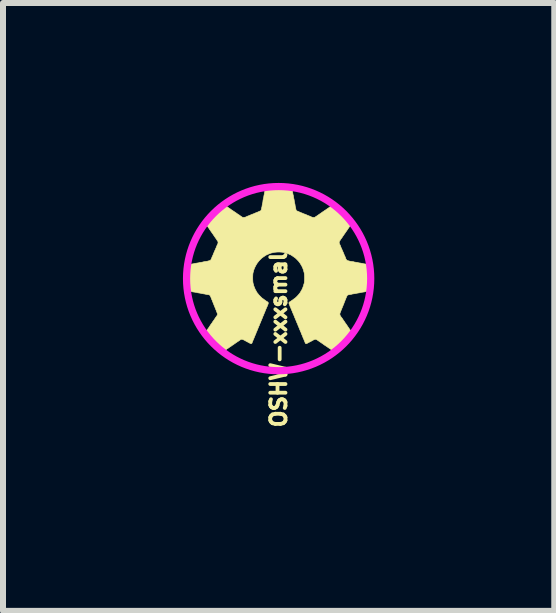
<source format=kicad_pcb>
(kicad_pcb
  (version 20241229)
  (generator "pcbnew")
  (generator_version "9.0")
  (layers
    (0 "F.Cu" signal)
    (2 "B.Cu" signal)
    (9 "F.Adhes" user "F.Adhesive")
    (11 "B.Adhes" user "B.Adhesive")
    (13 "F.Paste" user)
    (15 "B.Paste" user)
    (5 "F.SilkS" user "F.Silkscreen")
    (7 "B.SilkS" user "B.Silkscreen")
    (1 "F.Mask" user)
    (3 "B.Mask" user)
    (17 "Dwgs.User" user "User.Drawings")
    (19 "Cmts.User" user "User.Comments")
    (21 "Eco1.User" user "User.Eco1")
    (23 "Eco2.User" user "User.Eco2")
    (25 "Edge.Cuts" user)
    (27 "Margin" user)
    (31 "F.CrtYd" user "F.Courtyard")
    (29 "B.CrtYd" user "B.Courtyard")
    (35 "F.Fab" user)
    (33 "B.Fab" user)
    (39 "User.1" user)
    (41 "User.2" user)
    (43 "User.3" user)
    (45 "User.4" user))
  (footprint "OSHW-xxxsmall"
    (layer "F.Cu")
    (at 1.596 1.596)
    (property "Reference" "OSHW-xxxsmall" (at 0 0.953 90) (layer "F.SilkS") (effects (font (size 0.254 0.254) (thickness 0.064))))
    (attr through_hole)
    (fp_poly (pts (xy 0.209 -1.551) (xy 0.213 -1.546) (xy 0.216 -1.539) (xy 0.218 -1.53) (xy 0.22 -1.517) (xy 0.221 -1.513) (xy 0.222 -1.5) (xy 0.224 -1.489) (xy 0.226 -1.482) (xy 0.227 -1.48) (xy 0.228 -1.476) (xy 0.23 -1.468) (xy 0.232 -1.455) (xy 0.234 -1.441) (xy 0.234 -1.44) (xy 0.236 -1.425) (xy 0.238 -1.412) (xy 0.24 -1.402) (xy 0.242 -1.397) (xy 0.242 -1.397) (xy 0.243 -1.392) (xy 0.245 -1.383) (xy 0.247 -1.371) (xy 0.248 -1.364) (xy 0.25 -1.351) (xy 0.252 -1.341) (xy 0.253 -1.335) (xy 0.254 -1.334) (xy 0.255 -1.33) (xy 0.257 -1.322) (xy 0.259 -1.31) (xy 0.261 -1.296) (xy 0.261 -1.294) (xy 0.264 -1.28) (xy 0.266 -1.267) (xy 0.268 -1.258) (xy 0.269 -1.254) (xy 0.269 -1.254) (xy 0.27 -1.249) (xy 0.272 -1.241) (xy 0.274 -1.229) (xy 0.275 -1.22) (xy 0.277 -1.207) (xy 0.279 -1.196) (xy 0.281 -1.189) (xy 0.281 -1.187) (xy 0.283 -1.183) (xy 0.285 -1.174) (xy 0.286 -1.165) (xy 0.289 -1.152) (xy 0.293 -1.141) (xy 0.299 -1.132) (xy 0.305 -1.128) (xy 0.306 -1.128) (xy 0.311 -1.127) (xy 0.318 -1.124) (xy 0.323 -1.122) (xy 0.341 -1.114) (xy 0.357 -1.107) (xy 0.369 -1.102) (xy 0.386 -1.095) (xy 0.402 -1.089) (xy 0.414 -1.083) (xy 0.424 -1.079) (xy 0.434 -1.076) (xy 0.437 -1.075) (xy 0.446 -1.072) (xy 0.456 -1.068) (xy 0.457 -1.067) (xy 0.47 -1.061) (xy 0.484 -1.055) (xy 0.496 -1.05) (xy 0.502 -1.048) (xy 0.512 -1.044) (xy 0.527 -1.038) (xy 0.546 -1.029) (xy 0.55 -1.027) (xy 0.562 -1.023) (xy 0.574 -1.021) (xy 0.587 -1.02) (xy 0.599 -1.021) (xy 0.607 -1.024) (xy 0.609 -1.026) (xy 0.613 -1.03) (xy 0.615 -1.031) (xy 0.619 -1.033) (xy 0.626 -1.038) (xy 0.637 -1.045) (xy 0.649 -1.053) (xy 0.663 -1.063) (xy 0.667 -1.066) (xy 0.677 -1.073) (xy 0.687 -1.08) (xy 0.694 -1.084) (xy 0.701 -1.089) (xy 0.711 -1.096) (xy 0.72 -1.103) (xy 0.729 -1.109) (xy 0.736 -1.114) (xy 0.739 -1.116) (xy 0.739 -1.116) (xy 0.742 -1.118) (xy 0.749 -1.122) (xy 0.757 -1.128) (xy 0.766 -1.134) (xy 0.772 -1.139) (xy 0.775 -1.14) (xy 0.778 -1.142) (xy 0.785 -1.146) (xy 0.794 -1.153) (xy 0.797 -1.155) (xy 0.807 -1.162) (xy 0.814 -1.167) (xy 0.819 -1.17) (xy 0.819 -1.17) (xy 0.823 -1.172) (xy 0.829 -1.177) (xy 0.839 -1.183) (xy 0.842 -1.186) (xy 0.851 -1.192) (xy 0.859 -1.198) (xy 0.863 -1.2) (xy 0.864 -1.201) (xy 0.867 -1.202) (xy 0.873 -1.207) (xy 0.881 -1.212) (xy 0.89 -1.219) (xy 0.898 -1.224) (xy 0.902 -1.226) (xy 0.906 -1.229) (xy 0.907 -1.231) (xy 0.909 -1.234) (xy 0.91 -1.234) (xy 0.915 -1.236) (xy 0.921 -1.24) (xy 0.924 -1.241) (xy 0.927 -1.244) (xy 0.931 -1.247) (xy 0.934 -1.248) (xy 0.937 -1.249) (xy 0.942 -1.248) (xy 0.947 -1.246) (xy 0.953 -1.241) (xy 0.961 -1.235) (xy 0.971 -1.226) (xy 0.984 -1.215) (xy 0.998 -1.201) (xy 1.016 -1.183) (xy 1.037 -1.162) (xy 1.062 -1.138) (xy 1.091 -1.109) (xy 1.094 -1.106) (xy 1.122 -1.077) (xy 1.147 -1.053) (xy 1.168 -1.031) (xy 1.186 -1.014) (xy 1.2 -0.999) (xy 1.212 -0.987) (xy 1.221 -0.977) (xy 1.227 -0.97) (xy 1.232 -0.964) (xy 1.235 -0.96) (xy 1.236 -0.957) (xy 1.237 -0.955) (xy 1.235 -0.947) (xy 1.23 -0.937) (xy 1.225 -0.931) (xy 1.219 -0.921) (xy 1.214 -0.914) (xy 1.211 -0.91) (xy 1.207 -0.903) (xy 1.2 -0.893) (xy 1.192 -0.881) (xy 1.182 -0.866) (xy 1.171 -0.852) (xy 1.17 -0.849) (xy 1.163 -0.84) (xy 1.158 -0.832) (xy 1.155 -0.828) (xy 1.155 -0.827) (xy 1.153 -0.824) (xy 1.149 -0.817) (xy 1.142 -0.809) (xy 1.142 -0.808) (xy 1.135 -0.799) (xy 1.13 -0.791) (xy 1.127 -0.786) (xy 1.127 -0.786) (xy 1.124 -0.781) (xy 1.122 -0.78) (xy 1.119 -0.778) (xy 1.119 -0.777) (xy 1.117 -0.772) (xy 1.112 -0.765) (xy 1.106 -0.756) (xy 1.105 -0.755) (xy 1.099 -0.747) (xy 1.094 -0.74) (xy 1.092 -0.736) (xy 1.092 -0.736) (xy 1.09 -0.733) (xy 1.085 -0.726) (xy 1.079 -0.717) (xy 1.076 -0.714) (xy 1.07 -0.704) (xy 1.064 -0.697) (xy 1.062 -0.692) (xy 1.061 -0.691) (xy 1.06 -0.688) (xy 1.055 -0.681) (xy 1.049 -0.673) (xy 1.048 -0.672) (xy 1.041 -0.663) (xy 1.036 -0.656) (xy 1.034 -0.652) (xy 1.034 -0.652) (xy 1.032 -0.649) (xy 1.028 -0.642) (xy 1.022 -0.634) (xy 1.015 -0.623) (xy 1.011 -0.615) (xy 1.01 -0.607) (xy 1.01 -0.603) (xy 1.011 -0.593) (xy 1.013 -0.583) (xy 1.014 -0.581) (xy 1.02 -0.57) (xy 1.027 -0.555) (xy 1.033 -0.541) (xy 1.037 -0.528) (xy 1.038 -0.528) (xy 1.04 -0.52) (xy 1.043 -0.515) (xy 1.043 -0.514) (xy 1.045 -0.511) (xy 1.048 -0.504) (xy 1.049 -0.502) (xy 1.053 -0.493) (xy 1.058 -0.482) (xy 1.059 -0.478) (xy 1.064 -0.467) (xy 1.069 -0.455) (xy 1.071 -0.452) (xy 1.075 -0.442) (xy 1.081 -0.43) (xy 1.082 -0.426) (xy 1.086 -0.418) (xy 1.088 -0.412) (xy 1.089 -0.41) (xy 1.09 -0.406) (xy 1.093 -0.398) (xy 1.094 -0.395) (xy 1.103 -0.377) (xy 1.109 -0.364) (xy 1.113 -0.354) (xy 1.116 -0.346) (xy 1.118 -0.339) (xy 1.119 -0.336) (xy 1.122 -0.329) (xy 1.125 -0.324) (xy 1.126 -0.324) (xy 1.128 -0.321) (xy 1.128 -0.32) (xy 1.131 -0.313) (xy 1.138 -0.307) (xy 1.148 -0.301) (xy 1.159 -0.298) (xy 1.16 -0.298) (xy 1.169 -0.296) (xy 1.176 -0.294) (xy 1.178 -0.293) (xy 1.182 -0.292) (xy 1.191 -0.29) (xy 1.203 -0.288) (xy 1.217 -0.286) (xy 1.219 -0.286) (xy 1.233 -0.284) (xy 1.246 -0.282) (xy 1.255 -0.28) (xy 1.259 -0.278) (xy 1.259 -0.278) (xy 1.264 -0.277) (xy 1.272 -0.275) (xy 1.284 -0.274) (xy 1.293 -0.272) (xy 1.306 -0.271) (xy 1.317 -0.269) (xy 1.324 -0.267) (xy 1.326 -0.266) (xy 1.33 -0.265) (xy 1.339 -0.263) (xy 1.351 -0.261) (xy 1.365 -0.259) (xy 1.367 -0.259) (xy 1.381 -0.256) (xy 1.394 -0.254) (xy 1.403 -0.253) (xy 1.407 -0.251) (xy 1.408 -0.251) (xy 1.412 -0.25) (xy 1.42 -0.248) (xy 1.432 -0.246) (xy 1.439 -0.245) (xy 1.452 -0.243) (xy 1.463 -0.241) (xy 1.469 -0.24) (xy 1.471 -0.239) (xy 1.475 -0.238) (xy 1.484 -0.236) (xy 1.495 -0.234) (xy 1.501 -0.233) (xy 1.518 -0.23) (xy 1.53 -0.228) (xy 1.538 -0.225) (xy 1.541 -0.223) (xy 1.542 -0.22) (xy 1.544 -0.215) (xy 1.545 -0.215) (xy 1.546 -0.212) (xy 1.546 -0.203) (xy 1.547 -0.188) (xy 1.547 -0.167) (xy 1.548 -0.141) (xy 1.548 -0.108) (xy 1.548 -0.07) (xy 1.548 -0.027) (xy 1.548 -0.015) (xy 1.548 0.026) (xy 1.548 0.061) (xy 1.548 0.091) (xy 1.548 0.117) (xy 1.548 0.138) (xy 1.547 0.155) (xy 1.547 0.168) (xy 1.546 0.179) (xy 1.544 0.187) (xy 1.543 0.192) (xy 1.541 0.196) (xy 1.538 0.198) (xy 1.536 0.2) (xy 1.532 0.2) (xy 1.528 0.201) (xy 1.527 0.201) (xy 1.518 0.203) (xy 1.511 0.205) (xy 1.51 0.205) (xy 1.505 0.207) (xy 1.495 0.209) (xy 1.483 0.211) (xy 1.479 0.211) (xy 1.466 0.213) (xy 1.455 0.215) (xy 1.448 0.217) (xy 1.447 0.218) (xy 1.442 0.219) (xy 1.432 0.221) (xy 1.419 0.223) (xy 1.406 0.225) (xy 1.392 0.227) (xy 1.379 0.229) (xy 1.37 0.231) (xy 1.365 0.232) (xy 1.36 0.234) (xy 1.35 0.236) (xy 1.337 0.238) (xy 1.33 0.239) (xy 1.318 0.241) (xy 1.307 0.243) (xy 1.3 0.244) (xy 1.299 0.245) (xy 1.295 0.246) (xy 1.286 0.248) (xy 1.274 0.25) (xy 1.259 0.252) (xy 1.259 0.252) (xy 1.245 0.254) (xy 1.232 0.256) (xy 1.223 0.258) (xy 1.218 0.26) (xy 1.213 0.261) (xy 1.204 0.263) (xy 1.192 0.265) (xy 1.184 0.266) (xy 1.169 0.269) (xy 1.159 0.271) (xy 1.152 0.274) (xy 1.148 0.277) (xy 1.142 0.283) (xy 1.14 0.288) (xy 1.14 0.289) (xy 1.139 0.293) (xy 1.137 0.293) (xy 1.135 0.296) (xy 1.132 0.302) (xy 1.131 0.306) (xy 1.128 0.315) (xy 1.126 0.321) (xy 1.125 0.322) (xy 1.123 0.326) (xy 1.12 0.334) (xy 1.119 0.337) (xy 1.116 0.346) (xy 1.112 0.354) (xy 1.112 0.355) (xy 1.108 0.362) (xy 1.105 0.371) (xy 1.104 0.375) (xy 1.1 0.384) (xy 1.097 0.392) (xy 1.096 0.394) (xy 1.093 0.401) (xy 1.09 0.41) (xy 1.088 0.415) (xy 1.086 0.423) (xy 1.083 0.428) (xy 1.082 0.429) (xy 1.08 0.432) (xy 1.078 0.438) (xy 1.077 0.442) (xy 1.074 0.451) (xy 1.071 0.457) (xy 1.071 0.458) (xy 1.068 0.463) (xy 1.065 0.47) (xy 1.064 0.473) (xy 1.061 0.482) (xy 1.058 0.49) (xy 1.057 0.491) (xy 1.054 0.498) (xy 1.05 0.507) (xy 1.049 0.511) (xy 1.046 0.52) (xy 1.042 0.528) (xy 1.041 0.53) (xy 1.038 0.537) (xy 1.037 0.54) (xy 1.036 0.545) (xy 1.033 0.553) (xy 1.029 0.561) (xy 1.022 0.579) (xy 1.021 0.595) (xy 1.024 0.61) (xy 1.03 0.621) (xy 1.036 0.629) (xy 1.039 0.635) (xy 1.04 0.638) (xy 1.042 0.641) (xy 1.043 0.641) (xy 1.045 0.643) (xy 1.05 0.649) (xy 1.057 0.658) (xy 1.064 0.668) (xy 1.071 0.679) (xy 1.075 0.686) (xy 1.078 0.69) (xy 1.084 0.698) (xy 1.091 0.708) (xy 1.091 0.708) (xy 1.097 0.717) (xy 1.102 0.723) (xy 1.104 0.727) (xy 1.104 0.727) (xy 1.105 0.73) (xy 1.11 0.737) (xy 1.117 0.746) (xy 1.122 0.753) (xy 1.129 0.764) (xy 1.136 0.772) (xy 1.139 0.778) (xy 1.14 0.779) (xy 1.142 0.782) (xy 1.146 0.789) (xy 1.151 0.795) (xy 1.156 0.803) (xy 1.16 0.81) (xy 1.161 0.813) (xy 1.164 0.816) (xy 1.166 0.817) (xy 1.17 0.821) (xy 1.17 0.823) (xy 1.172 0.827) (xy 1.177 0.834) (xy 1.183 0.843) (xy 1.184 0.844) (xy 1.19 0.853) (xy 1.195 0.859) (xy 1.197 0.863) (xy 1.197 0.863) (xy 1.199 0.867) (xy 1.203 0.873) (xy 1.209 0.881) (xy 1.221 0.898) (xy 1.23 0.912) (xy 1.235 0.922) (xy 1.237 0.928) (xy 1.237 0.929) (xy 1.235 0.932) (xy 1.232 0.937) (xy 1.225 0.945) (xy 1.215 0.955) (xy 1.202 0.969) (xy 1.185 0.986) (xy 1.165 1.007) (xy 1.141 1.031) (xy 1.113 1.06) (xy 1.094 1.079) (xy 1.065 1.108) (xy 1.04 1.133) (xy 1.018 1.154) (xy 1 1.172) (xy 0.985 1.187) (xy 0.972 1.198) (xy 0.962 1.207) (xy 0.953 1.214) (xy 0.946 1.218) (xy 0.94 1.22) (xy 0.935 1.221) (xy 0.931 1.22) (xy 0.927 1.218) (xy 0.922 1.215) (xy 0.917 1.211) (xy 0.913 1.208) (xy 0.903 1.201) (xy 0.895 1.196) (xy 0.889 1.192) (xy 0.889 1.192) (xy 0.884 1.189) (xy 0.877 1.184) (xy 0.868 1.177) (xy 0.867 1.177) (xy 0.859 1.171) (xy 0.852 1.166) (xy 0.849 1.164) (xy 0.849 1.164) (xy 0.846 1.162) (xy 0.839 1.158) (xy 0.829 1.151) (xy 0.816 1.142) (xy 0.807 1.136) (xy 0.793 1.126) (xy 0.78 1.118) (xy 0.77 1.111) (xy 0.763 1.107) (xy 0.761 1.106) (xy 0.757 1.103) (xy 0.756 1.101) (xy 0.754 1.098) (xy 0.752 1.097) (xy 0.748 1.096) (xy 0.741 1.091) (xy 0.738 1.088) (xy 0.731 1.083) (xy 0.725 1.08) (xy 0.723 1.079) (xy 0.72 1.077) (xy 0.72 1.076) (xy 0.717 1.073) (xy 0.714 1.071) (xy 0.711 1.07) (xy 0.707 1.067) (xy 0.701 1.063) (xy 0.692 1.057) (xy 0.679 1.048) (xy 0.663 1.037) (xy 0.653 1.03) (xy 0.638 1.02) (xy 0.627 1.014) (xy 0.616 1.011) (xy 0.606 1.012) (xy 0.594 1.016) (xy 0.585 1.021) (xy 0.574 1.026) (xy 0.565 1.031) (xy 0.56 1.033) (xy 0.559 1.034) (xy 0.557 1.036) (xy 0.55 1.04) (xy 0.54 1.045) (xy 0.525 1.053) (xy 0.507 1.062) (xy 0.494 1.069) (xy 0.483 1.075) (xy 0.474 1.08) (xy 0.47 1.082) (xy 0.462 1.084) (xy 0.453 1.083) (xy 0.447 1.079) (xy 0.446 1.077) (xy 0.443 1.07) (xy 0.44 1.063) (xy 0.437 1.054) (xy 0.432 1.044) (xy 0.431 1.04) (xy 0.426 1.028) (xy 0.421 1.015) (xy 0.415 1.001) (xy 0.412 0.995) (xy 0.407 0.984) (xy 0.403 0.973) (xy 0.402 0.97) (xy 0.393 0.947) (xy 0.384 0.928) (xy 0.38 0.918) (xy 0.376 0.907) (xy 0.375 0.903) (xy 0.372 0.895) (xy 0.37 0.89) (xy 0.369 0.889) (xy 0.367 0.886) (xy 0.364 0.88) (xy 0.363 0.876) (xy 0.36 0.867) (xy 0.356 0.859) (xy 0.355 0.857) (xy 0.352 0.851) (xy 0.351 0.847) (xy 0.35 0.843) (xy 0.346 0.835) (xy 0.342 0.824) (xy 0.342 0.824) (xy 0.337 0.813) (xy 0.334 0.805) (xy 0.333 0.8) (xy 0.333 0.8) (xy 0.331 0.795) (xy 0.33 0.794) (xy 0.327 0.79) (xy 0.324 0.783) (xy 0.323 0.781) (xy 0.322 0.775) (xy 0.32 0.77) (xy 0.317 0.763) (xy 0.313 0.753) (xy 0.307 0.74) (xy 0.303 0.732) (xy 0.299 0.722) (xy 0.296 0.713) (xy 0.295 0.71) (xy 0.292 0.703) (xy 0.287 0.693) (xy 0.287 0.692) (xy 0.283 0.685) (xy 0.281 0.679) (xy 0.281 0.679) (xy 0.28 0.674) (xy 0.277 0.667) (xy 0.274 0.661) (xy 0.269 0.651) (xy 0.267 0.644) (xy 0.266 0.641) (xy 0.264 0.635) (xy 0.262 0.63) (xy 0.258 0.622) (xy 0.256 0.617) (xy 0.253 0.609) (xy 0.248 0.598) (xy 0.243 0.585) (xy 0.237 0.573) (xy 0.234 0.567) (xy 0.231 0.56) (xy 0.23 0.556) (xy 0.23 0.556) (xy 0.229 0.552) (xy 0.226 0.544) (xy 0.223 0.537) (xy 0.218 0.527) (xy 0.215 0.518) (xy 0.213 0.514) (xy 0.21 0.505) (xy 0.207 0.5) (xy 0.204 0.494) (xy 0.201 0.484) (xy 0.2 0.481) (xy 0.197 0.474) (xy 0.194 0.469) (xy 0.194 0.468) (xy 0.192 0.466) (xy 0.189 0.459) (xy 0.188 0.454) (xy 0.184 0.443) (xy 0.179 0.432) (xy 0.178 0.429) (xy 0.174 0.419) (xy 0.172 0.408) (xy 0.172 0.408) (xy 0.173 0.399) (xy 0.177 0.393) (xy 0.183 0.389) (xy 0.19 0.384) (xy 0.195 0.381) (xy 0.196 0.381) (xy 0.2 0.379) (xy 0.207 0.374) (xy 0.214 0.369) (xy 0.222 0.362) (xy 0.229 0.358) (xy 0.231 0.357) (xy 0.234 0.355) (xy 0.241 0.35) (xy 0.25 0.344) (xy 0.252 0.341) (xy 0.262 0.334) (xy 0.269 0.329) (xy 0.273 0.327) (xy 0.273 0.326) (xy 0.276 0.324) (xy 0.282 0.319) (xy 0.29 0.311) (xy 0.3 0.302) (xy 0.31 0.292) (xy 0.319 0.282) (xy 0.327 0.273) (xy 0.333 0.267) (xy 0.336 0.264) (xy 0.336 0.264) (xy 0.337 0.261) (xy 0.342 0.255) (xy 0.347 0.248) (xy 0.354 0.24) (xy 0.36 0.232) (xy 0.366 0.222) (xy 0.373 0.209) (xy 0.377 0.202) (xy 0.381 0.195) (xy 0.384 0.191) (xy 0.384 0.19) (xy 0.387 0.186) (xy 0.391 0.178) (xy 0.395 0.168) (xy 0.4 0.157) (xy 0.404 0.148) (xy 0.405 0.143) (xy 0.408 0.135) (xy 0.411 0.129) (xy 0.411 0.128) (xy 0.413 0.124) (xy 0.415 0.116) (xy 0.417 0.107) (xy 0.42 0.097) (xy 0.422 0.089) (xy 0.423 0.086) (xy 0.426 0.08) (xy 0.428 0.068) (xy 0.43 0.053) (xy 0.431 0.034) (xy 0.432 0.014) (xy 0.432 -0.008) (xy 0.432 -0.03) (xy 0.431 -0.051) (xy 0.43 -0.07) (xy 0.428 -0.086) (xy 0.426 -0.099) (xy 0.424 -0.106) (xy 0.423 -0.108) (xy 0.421 -0.112) (xy 0.42 -0.12) (xy 0.419 -0.124) (xy 0.417 -0.135) (xy 0.413 -0.145) (xy 0.413 -0.147) (xy 0.409 -0.156) (xy 0.405 -0.166) (xy 0.404 -0.17) (xy 0.4 -0.181) (xy 0.393 -0.195) (xy 0.386 -0.21) (xy 0.378 -0.223) (xy 0.372 -0.233) (xy 0.372 -0.233) (xy 0.368 -0.24) (xy 0.366 -0.244) (xy 0.366 -0.244) (xy 0.364 -0.248) (xy 0.359 -0.255) (xy 0.353 -0.263) (xy 0.351 -0.266) (xy 0.344 -0.275) (xy 0.338 -0.282) (xy 0.336 -0.286) (xy 0.336 -0.286) (xy 0.334 -0.289) (xy 0.328 -0.295) (xy 0.32 -0.303) (xy 0.311 -0.313) (xy 0.301 -0.323) (xy 0.291 -0.332) (xy 0.283 -0.34) (xy 0.277 -0.346) (xy 0.274 -0.348) (xy 0.274 -0.348) (xy 0.271 -0.35) (xy 0.264 -0.354) (xy 0.256 -0.36) (xy 0.247 -0.367) (xy 0.239 -0.373) (xy 0.234 -0.375) (xy 0.228 -0.379) (xy 0.227 -0.381) (xy 0.224 -0.384) (xy 0.223 -0.384) (xy 0.218 -0.386) (xy 0.211 -0.39) (xy 0.209 -0.392) (xy 0.2 -0.397) (xy 0.188 -0.402) (xy 0.186 -0.403) (xy 0.178 -0.405) (xy 0.173 -0.408) (xy 0.172 -0.409) (xy 0.17 -0.411) (xy 0.164 -0.413) (xy 0.156 -0.415) (xy 0.146 -0.419) (xy 0.144 -0.42) (xy 0.134 -0.424) (xy 0.122 -0.427) (xy 0.11 -0.43) (xy 0.099 -0.432) (xy 0.091 -0.434) (xy 0.086 -0.436) (xy 0.086 -0.436) (xy 0.082 -0.437) (xy 0.073 -0.439) (xy 0.061 -0.44) (xy 0.046 -0.442) (xy 0.041 -0.442) (xy 0.017 -0.444) (xy -0.004 -0.444) (xy -0.027 -0.443) (xy -0.041 -0.442) (xy -0.057 -0.44) (xy -0.07 -0.439) (xy -0.08 -0.437) (xy -0.085 -0.436) (xy -0.086 -0.436) (xy -0.09 -0.434) (xy -0.099 -0.432) (xy -0.11 -0.43) (xy -0.11 -0.43) (xy -0.122 -0.427) (xy -0.132 -0.425) (xy -0.138 -0.422) (xy -0.144 -0.419) (xy -0.154 -0.416) (xy -0.158 -0.415) (xy -0.166 -0.412) (xy -0.171 -0.409) (xy -0.172 -0.408) (xy -0.175 -0.406) (xy -0.182 -0.404) (xy -0.186 -0.402) (xy -0.197 -0.398) (xy -0.207 -0.393) (xy -0.209 -0.391) (xy -0.216 -0.387) (xy -0.222 -0.384) (xy -0.223 -0.384) (xy -0.226 -0.382) (xy -0.227 -0.381) (xy -0.229 -0.378) (xy -0.235 -0.375) (xy -0.241 -0.371) (xy -0.25 -0.365) (xy -0.257 -0.36) (xy -0.265 -0.354) (xy -0.271 -0.349) (xy -0.274 -0.348) (xy -0.277 -0.346) (xy -0.283 -0.34) (xy -0.291 -0.333) (xy -0.301 -0.323) (xy -0.311 -0.313) (xy -0.32 -0.303) (xy -0.328 -0.295) (xy -0.334 -0.289) (xy -0.336 -0.286) (xy -0.336 -0.286) (xy -0.337 -0.283) (xy -0.342 -0.277) (xy -0.349 -0.268) (xy -0.351 -0.266) (xy -0.358 -0.256) (xy -0.363 -0.249) (xy -0.366 -0.244) (xy -0.366 -0.243) (xy -0.368 -0.238) (xy -0.37 -0.237) (xy -0.372 -0.233) (xy -0.377 -0.225) (xy -0.383 -0.215) (xy -0.389 -0.202) (xy -0.395 -0.19) (xy -0.401 -0.178) (xy -0.405 -0.168) (xy -0.405 -0.167) (xy -0.409 -0.156) (xy -0.413 -0.147) (xy -0.413 -0.147) (xy -0.416 -0.138) (xy -0.418 -0.127) (xy -0.419 -0.124) (xy -0.421 -0.115) (xy -0.423 -0.109) (xy -0.423 -0.108) (xy -0.426 -0.101) (xy -0.428 -0.09) (xy -0.43 -0.074) (xy -0.431 -0.056) (xy -0.432 -0.035) (xy -0.432 -0.014) (xy -0.432 0.008) (xy -0.431 0.029) (xy -0.43 0.048) (xy -0.428 0.065) (xy -0.426 0.077) (xy -0.424 0.085) (xy -0.423 0.086) (xy -0.422 0.09) (xy -0.419 0.099) (xy -0.417 0.107) (xy -0.415 0.117) (xy -0.413 0.125) (xy -0.411 0.128) (xy -0.409 0.133) (xy -0.406 0.141) (xy -0.405 0.143) (xy -0.402 0.151) (xy -0.398 0.162) (xy -0.393 0.172) (xy -0.389 0.182) (xy -0.385 0.189) (xy -0.384 0.19) (xy -0.382 0.194) (xy -0.378 0.2) (xy -0.377 0.202) (xy -0.369 0.217) (xy -0.363 0.228) (xy -0.357 0.236) (xy -0.351 0.245) (xy -0.347 0.248) (xy -0.341 0.256) (xy -0.337 0.262) (xy -0.336 0.264) (xy -0.334 0.267) (xy -0.328 0.272) (xy -0.32 0.281) (xy -0.311 0.29) (xy -0.301 0.3) (xy -0.291 0.31) (xy -0.283 0.318) (xy -0.277 0.324) (xy -0.274 0.326) (xy -0.273 0.326) (xy -0.271 0.328) (xy -0.264 0.333) (xy -0.255 0.339) (xy -0.252 0.341) (xy -0.243 0.348) (xy -0.236 0.354) (xy -0.232 0.356) (xy -0.231 0.357) (xy -0.228 0.358) (xy -0.222 0.363) (xy -0.214 0.369) (xy -0.206 0.375) (xy -0.199 0.379) (xy -0.196 0.381) (xy -0.192 0.383) (xy -0.185 0.387) (xy -0.183 0.389) (xy -0.176 0.395) (xy -0.173 0.402) (xy -0.172 0.408) (xy -0.174 0.418) (xy -0.177 0.428) (xy -0.178 0.429) (xy -0.182 0.439) (xy -0.187 0.45) (xy -0.188 0.453) (xy -0.19 0.462) (xy -0.193 0.467) (xy -0.194 0.468) (xy -0.196 0.472) (xy -0.199 0.479) (xy -0.199 0.481) (xy -0.205 0.494) (xy -0.212 0.51) (xy -0.219 0.527) (xy -0.223 0.537) (xy -0.227 0.547) (xy -0.227 0.547) (xy -0.231 0.557) (xy -0.234 0.567) (xy -0.235 0.567) (xy -0.238 0.575) (xy -0.243 0.585) (xy -0.246 0.593) (xy -0.25 0.602) (xy -0.253 0.61) (xy -0.254 0.613) (xy -0.255 0.617) (xy -0.259 0.624) (xy -0.262 0.63) (xy -0.266 0.639) (xy -0.268 0.647) (xy -0.269 0.65) (xy -0.271 0.656) (xy -0.273 0.661) (xy -0.277 0.667) (xy -0.281 0.677) (xy -0.281 0.679) (xy -0.285 0.688) (xy -0.288 0.696) (xy -0.289 0.697) (xy -0.293 0.705) (xy -0.295 0.71) (xy -0.297 0.718) (xy -0.301 0.727) (xy -0.303 0.732) (xy -0.31 0.747) (xy -0.315 0.758) (xy -0.318 0.766) (xy -0.321 0.772) (xy -0.322 0.778) (xy -0.323 0.781) (xy -0.326 0.788) (xy -0.329 0.793) (xy -0.33 0.794) (xy -0.332 0.798) (xy -0.333 0.8) (xy -0.334 0.804) (xy -0.337 0.813) (xy -0.341 0.823) (xy -0.342 0.824) (xy -0.346 0.834) (xy -0.349 0.842) (xy -0.351 0.847) (xy -0.351 0.847) (xy -0.352 0.853) (xy -0.355 0.857) (xy -0.358 0.864) (xy -0.362 0.873) (xy -0.363 0.876) (xy -0.366 0.884) (xy -0.368 0.888) (xy -0.369 0.889) (xy -0.371 0.891) (xy -0.373 0.898) (xy -0.375 0.903) (xy -0.378 0.914) (xy -0.383 0.925) (xy -0.384 0.928) (xy -0.395 0.953) (xy -0.402 0.97) (xy -0.406 0.98) (xy -0.41 0.991) (xy -0.412 0.995) (xy -0.419 1.01) (xy -0.424 1.023) (xy -0.429 1.035) (xy -0.431 1.04) (xy -0.435 1.05) (xy -0.439 1.06) (xy -0.44 1.063) (xy -0.443 1.071) (xy -0.446 1.077) (xy -0.45 1.081) (xy -0.457 1.084) (xy -0.466 1.083) (xy -0.47 1.082) (xy -0.476 1.079) (xy -0.485 1.074) (xy -0.497 1.068) (xy -0.505 1.063) (xy -0.525 1.053) (xy -0.539 1.045) (xy -0.549 1.04) (xy -0.556 1.036) (xy -0.559 1.034) (xy -0.559 1.034) (xy -0.563 1.032) (xy -0.57 1.028) (xy -0.58 1.023) (xy -0.585 1.021) (xy -0.6 1.014) (xy -0.612 1.011) (xy -0.623 1.012) (xy -0.635 1.017) (xy -0.647 1.026) (xy -0.657 1.033) (xy -0.666 1.04) (xy -0.672 1.043) (xy -0.678 1.047) (xy -0.687 1.053) (xy -0.694 1.058) (xy -0.703 1.064) (xy -0.71 1.069) (xy -0.714 1.071) (xy -0.719 1.074) (xy -0.72 1.076) (xy -0.722 1.079) (xy -0.723 1.079) (xy -0.728 1.081) (xy -0.735 1.086) (xy -0.738 1.088) (xy -0.745 1.094) (xy -0.751 1.097) (xy -0.752 1.097) (xy -0.756 1.099) (xy -0.756 1.101) (xy -0.758 1.104) (xy -0.763 1.106) (xy -0.769 1.109) (xy -0.777 1.115) (xy -0.785 1.121) (xy -0.794 1.128) (xy -0.8 1.132) (xy -0.803 1.134) (xy -0.806 1.135) (xy -0.813 1.14) (xy -0.822 1.146) (xy -0.826 1.149) (xy -0.835 1.156) (xy -0.843 1.161) (xy -0.848 1.164) (xy -0.848 1.164) (xy -0.851 1.166) (xy -0.858 1.17) (xy -0.866 1.176) (xy -0.867 1.177) (xy -0.876 1.184) (xy -0.884 1.189) (xy -0.889 1.192) (xy -0.889 1.192) (xy -0.894 1.195) (xy -0.901 1.2) (xy -0.911 1.207) (xy -0.913 1.208) (xy -0.919 1.212) (xy -0.923 1.216) (xy -0.928 1.219) (xy -0.932 1.22) (xy -0.937 1.221) (xy -0.942 1.22) (xy -0.948 1.217) (xy -0.956 1.212) (xy -0.965 1.205) (xy -0.976 1.195) (xy -0.989 1.182) (xy -1.005 1.167) (xy -1.025 1.148) (xy -1.047 1.125) (xy -1.073 1.099) (xy -1.094 1.079) (xy -1.125 1.048) (xy -1.151 1.021) (xy -1.174 0.998) (xy -1.192 0.979) (xy -1.208 0.963) (xy -1.219 0.951) (xy -1.228 0.941) (xy -1.234 0.934) (xy -1.236 0.93) (xy -1.237 0.929) (xy -1.235 0.922) (xy -1.23 0.912) (xy -1.222 0.899) (xy -1.21 0.882) (xy -1.209 0.881) (xy -1.203 0.873) (xy -1.199 0.866) (xy -1.197 0.863) (xy -1.196 0.86) (xy -1.191 0.853) (xy -1.185 0.845) (xy -1.184 0.844) (xy -1.178 0.835) (xy -1.172 0.827) (xy -1.169 0.822) (xy -1.169 0.822) (xy -1.166 0.817) (xy -1.164 0.816) (xy -1.161 0.814) (xy -1.161 0.813) (xy -1.159 0.809) (xy -1.155 0.802) (xy -1.151 0.795) (xy -1.145 0.787) (xy -1.141 0.781) (xy -1.14 0.779) (xy -1.138 0.776) (xy -1.134 0.769) (xy -1.127 0.76) (xy -1.122 0.753) (xy -1.114 0.743) (xy -1.108 0.734) (xy -1.104 0.729) (xy -1.104 0.727) (xy -1.102 0.724) (xy -1.098 0.717) (xy -1.091 0.708) (xy -1.091 0.708) (xy -1.084 0.698) (xy -1.078 0.69) (xy -1.075 0.686) (xy -1.075 0.686) (xy -1.068 0.675) (xy -1.059 0.661) (xy -1.049 0.646) (xy -1.039 0.633) (xy -1.035 0.627) (xy -1.026 0.614) (xy -1.021 0.603) (xy -1.02 0.592) (xy -1.022 0.58) (xy -1.028 0.565) (xy -1.03 0.56) (xy -1.034 0.551) (xy -1.037 0.543) (xy -1.037 0.54) (xy -1.039 0.535) (xy -1.041 0.53) (xy -1.044 0.524) (xy -1.048 0.515) (xy -1.049 0.511) (xy -1.053 0.501) (xy -1.056 0.493) (xy -1.057 0.491) (xy -1.06 0.484) (xy -1.064 0.475) (xy -1.064 0.473) (xy -1.067 0.465) (xy -1.07 0.459) (xy -1.071 0.458) (xy -1.073 0.453) (xy -1.076 0.445) (xy -1.077 0.442) (xy -1.079 0.434) (xy -1.082 0.43) (xy -1.082 0.429) (xy -1.084 0.427) (xy -1.087 0.42) (xy -1.088 0.415) (xy -1.091 0.405) (xy -1.095 0.397) (xy -1.096 0.394) (xy -1.099 0.388) (xy -1.102 0.378) (xy -1.104 0.375) (xy -1.107 0.365) (xy -1.11 0.357) (xy -1.112 0.355) (xy -1.115 0.348) (xy -1.118 0.339) (xy -1.119 0.337) (xy -1.122 0.329) (xy -1.124 0.323) (xy -1.125 0.322) (xy -1.127 0.317) (xy -1.13 0.309) (xy -1.131 0.306) (xy -1.134 0.298) (xy -1.137 0.294) (xy -1.137 0.293) (xy -1.14 0.291) (xy -1.14 0.289) (xy -1.142 0.284) (xy -1.147 0.278) (xy -1.148 0.277) (xy -1.153 0.273) (xy -1.16 0.27) (xy -1.17 0.268) (xy -1.184 0.266) (xy -1.185 0.266) (xy -1.198 0.264) (xy -1.208 0.262) (xy -1.215 0.261) (xy -1.217 0.26) (xy -1.221 0.259) (xy -1.23 0.257) (xy -1.242 0.255) (xy -1.257 0.253) (xy -1.258 0.252) (xy -1.273 0.25) (xy -1.285 0.248) (xy -1.294 0.246) (xy -1.299 0.245) (xy -1.299 0.245) (xy -1.303 0.243) (xy -1.312 0.242) (xy -1.323 0.24) (xy -1.33 0.239) (xy -1.343 0.237) (xy -1.354 0.235) (xy -1.361 0.233) (xy -1.362 0.233) (xy -1.366 0.231) (xy -1.375 0.23) (xy -1.387 0.228) (xy -1.402 0.225) (xy -1.405 0.225) (xy -1.419 0.223) (xy -1.432 0.221) (xy -1.442 0.219) (xy -1.447 0.218) (xy -1.447 0.217) (xy -1.451 0.216) (xy -1.46 0.214) (xy -1.471 0.212) (xy -1.477 0.212) (xy -1.49 0.21) (xy -1.501 0.208) (xy -1.509 0.206) (xy -1.51 0.205) (xy -1.518 0.203) (xy -1.527 0.201) (xy -1.527 0.201) (xy -1.531 0.2) (xy -1.535 0.2) (xy -1.538 0.199) (xy -1.54 0.197) (xy -1.542 0.193) (xy -1.544 0.188) (xy -1.545 0.181) (xy -1.546 0.171) (xy -1.547 0.158) (xy -1.548 0.142) (xy -1.548 0.122) (xy -1.548 0.097) (xy -1.548 0.068) (xy -1.548 0.034) (xy -1.548 -0.006) (xy -1.548 -0.015) (xy -1.548 -0.06) (xy -1.548 -0.099) (xy -1.548 -0.133) (xy -1.547 -0.161) (xy -1.547 -0.183) (xy -1.547 -0.2) (xy -1.546 -0.21) (xy -1.545 -0.215) (xy -1.545 -0.215) (xy -1.542 -0.217) (xy -1.542 -0.22) (xy -1.541 -0.223) (xy -1.537 -0.226) (xy -1.529 -0.228) (xy -1.516 -0.231) (xy -1.501 -0.233) (xy -1.489 -0.235) (xy -1.479 -0.237) (xy -1.472 -0.238) (xy -1.471 -0.239) (xy -1.467 -0.24) (xy -1.458 -0.242) (xy -1.447 -0.244) (xy -1.439 -0.245) (xy -1.427 -0.247) (xy -1.416 -0.249) (xy -1.409 -0.25) (xy -1.408 -0.251) (xy -1.404 -0.252) (xy -1.395 -0.254) (xy -1.383 -0.256) (xy -1.368 -0.258) (xy -1.365 -0.259) (xy -1.35 -0.261) (xy -1.338 -0.263) (xy -1.328 -0.265) (xy -1.323 -0.266) (xy -1.323 -0.266) (xy -1.319 -0.268) (xy -1.31 -0.27) (xy -1.298 -0.271) (xy -1.291 -0.272) (xy -1.278 -0.274) (xy -1.268 -0.276) (xy -1.261 -0.278) (xy -1.259 -0.278) (xy -1.255 -0.28) (xy -1.247 -0.281) (xy -1.234 -0.284) (xy -1.22 -0.286) (xy -1.219 -0.286) (xy -1.204 -0.288) (xy -1.191 -0.29) (xy -1.182 -0.292) (xy -1.178 -0.293) (xy -1.178 -0.293) (xy -1.173 -0.295) (xy -1.165 -0.297) (xy -1.16 -0.298) (xy -1.149 -0.301) (xy -1.139 -0.306) (xy -1.131 -0.312) (xy -1.128 -0.319) (xy -1.128 -0.32) (xy -1.126 -0.323) (xy -1.126 -0.324) (xy -1.123 -0.326) (xy -1.121 -0.333) (xy -1.119 -0.336) (xy -1.117 -0.343) (xy -1.114 -0.35) (xy -1.111 -0.359) (xy -1.105 -0.371) (xy -1.098 -0.387) (xy -1.094 -0.395) (xy -1.091 -0.403) (xy -1.089 -0.409) (xy -1.089 -0.41) (xy -1.087 -0.414) (xy -1.084 -0.421) (xy -1.082 -0.426) (xy -1.077 -0.437) (xy -1.072 -0.449) (xy -1.071 -0.452) (xy -1.066 -0.463) (xy -1.061 -0.475) (xy -1.059 -0.478) (xy -1.054 -0.489) (xy -1.05 -0.499) (xy -1.049 -0.502) (xy -1.046 -0.509) (xy -1.044 -0.514) (xy -1.043 -0.514) (xy -1.041 -0.518) (xy -1.039 -0.525) (xy -1.038 -0.528) (xy -1.033 -0.54) (xy -1.027 -0.555) (xy -1.02 -0.569) (xy -1.014 -0.581) (xy -1.014 -0.581) (xy -1.012 -0.589) (xy -1.01 -0.6) (xy -1.01 -0.603) (xy -1.011 -0.612) (xy -1.013 -0.62) (xy -1.019 -0.629) (xy -1.022 -0.634) (xy -1.028 -0.642) (xy -1.033 -0.649) (xy -1.034 -0.652) (xy -1.036 -0.656) (xy -1.04 -0.662) (xy -1.047 -0.671) (xy -1.048 -0.672) (xy -1.054 -0.681) (xy -1.059 -0.687) (xy -1.061 -0.691) (xy -1.061 -0.691) (xy -1.063 -0.695) (xy -1.068 -0.701) (xy -1.074 -0.71) (xy -1.076 -0.714) (xy -1.083 -0.723) (xy -1.089 -0.731) (xy -1.091 -0.736) (xy -1.092 -0.736) (xy -1.093 -0.739) (xy -1.098 -0.746) (xy -1.104 -0.754) (xy -1.105 -0.755) (xy -1.112 -0.764) (xy -1.117 -0.772) (xy -1.119 -0.776) (xy -1.119 -0.777) (xy -1.121 -0.78) (xy -1.122 -0.78) (xy -1.125 -0.783) (xy -1.127 -0.786) (xy -1.13 -0.791) (xy -1.135 -0.799) (xy -1.142 -0.808) (xy -1.142 -0.808) (xy -1.148 -0.817) (xy -1.153 -0.824) (xy -1.155 -0.827) (xy -1.155 -0.827) (xy -1.157 -0.831) (xy -1.161 -0.837) (xy -1.168 -0.847) (xy -1.17 -0.85) (xy -1.177 -0.86) (xy -1.182 -0.867) (xy -1.185 -0.872) (xy -1.185 -0.872) (xy -1.187 -0.875) (xy -1.192 -0.882) (xy -1.198 -0.891) (xy -1.199 -0.892) (xy -1.206 -0.901) (xy -1.21 -0.908) (xy -1.213 -0.912) (xy -1.213 -0.912) (xy -1.214 -0.915) (xy -1.219 -0.922) (xy -1.225 -0.93) (xy -1.232 -0.941) (xy -1.236 -0.951) (xy -1.237 -0.955) (xy -1.236 -0.957) (xy -1.234 -0.96) (xy -1.231 -0.965) (xy -1.226 -0.971) (xy -1.219 -0.979) (xy -1.21 -0.989) (xy -1.197 -1.002) (xy -1.182 -1.017) (xy -1.164 -1.036) (xy -1.142 -1.058) (xy -1.117 -1.083) (xy -1.094 -1.106) (xy -1.064 -1.135) (xy -1.039 -1.16) (xy -1.018 -1.181) (xy -1 -1.199) (xy -0.985 -1.214) (xy -0.972 -1.225) (xy -0.962 -1.234) (xy -0.954 -1.241) (xy -0.947 -1.246) (xy -0.942 -1.248) (xy -0.938 -1.249) (xy -0.935 -1.249) (xy -0.931 -1.248) (xy -0.928 -1.245) (xy -0.925 -1.243) (xy -0.919 -1.239) (xy -0.914 -1.237) (xy -0.91 -1.235) (xy -0.907 -1.231) (xy -0.903 -1.226) (xy -0.901 -1.225) (xy -0.897 -1.223) (xy -0.89 -1.219) (xy -0.881 -1.213) (xy -0.873 -1.207) (xy -0.866 -1.202) (xy -0.863 -1.201) (xy -0.859 -1.199) (xy -0.853 -1.194) (xy -0.844 -1.188) (xy -0.841 -1.186) (xy -0.832 -1.179) (xy -0.824 -1.173) (xy -0.82 -1.171) (xy -0.819 -1.17) (xy -0.816 -1.169) (xy -0.809 -1.164) (xy -0.8 -1.158) (xy -0.797 -1.155) (xy -0.788 -1.148) (xy -0.78 -1.143) (xy -0.776 -1.14) (xy -0.775 -1.14) (xy -0.772 -1.139) (xy -0.766 -1.134) (xy -0.757 -1.128) (xy -0.749 -1.122) (xy -0.742 -1.118) (xy -0.739 -1.116) (xy -0.736 -1.114) (xy -0.73 -1.11) (xy -0.721 -1.104) (xy -0.708 -1.095) (xy -0.695 -1.085) (xy -0.681 -1.076) (xy -0.669 -1.068) (xy -0.66 -1.062) (xy -0.653 -1.058) (xy -0.652 -1.058) (xy -0.648 -1.055) (xy -0.647 -1.053) (xy -0.645 -1.05) (xy -0.643 -1.049) (xy -0.639 -1.047) (xy -0.632 -1.043) (xy -0.629 -1.04) (xy -0.622 -1.035) (xy -0.617 -1.032) (xy -0.616 -1.031) (xy -0.612 -1.029) (xy -0.609 -1.026) (xy -0.603 -1.023) (xy -0.594 -1.021) (xy -0.582 -1.021) (xy -0.569 -1.022) (xy -0.557 -1.024) (xy -0.552 -1.026) (xy -0.53 -1.036) (xy -0.512 -1.044) (xy -0.505 -1.046) (xy -0.496 -1.05) (xy -0.483 -1.055) (xy -0.467 -1.062) (xy -0.458 -1.066) (xy -0.449 -1.07) (xy -0.439 -1.074) (xy -0.435 -1.075) (xy -0.425 -1.078) (xy -0.415 -1.082) (xy -0.413 -1.084) (xy -0.392 -1.093) (xy -0.374 -1.1) (xy -0.369 -1.102) (xy -0.358 -1.106) (xy -0.349 -1.11) (xy -0.346 -1.111) (xy -0.333 -1.117) (xy -0.321 -1.123) (xy -0.312 -1.126) (xy -0.307 -1.128) (xy -0.306 -1.128) (xy -0.3 -1.131) (xy -0.294 -1.138) (xy -0.29 -1.149) (xy -0.286 -1.162) (xy -0.286 -1.165) (xy -0.284 -1.175) (xy -0.283 -1.183) (xy -0.281 -1.187) (xy -0.28 -1.191) (xy -0.278 -1.2) (xy -0.276 -1.212) (xy -0.275 -1.219) (xy -0.273 -1.231) (xy -0.271 -1.241) (xy -0.27 -1.248) (xy -0.269 -1.249) (xy -0.268 -1.252) (xy -0.266 -1.261) (xy -0.264 -1.273) (xy -0.262 -1.287) (xy -0.262 -1.292) (xy -0.26 -1.307) (xy -0.257 -1.32) (xy -0.256 -1.329) (xy -0.254 -1.333) (xy -0.254 -1.334) (xy -0.253 -1.336) (xy -0.251 -1.344) (xy -0.249 -1.355) (xy -0.248 -1.363) (xy -0.246 -1.376) (xy -0.244 -1.387) (xy -0.243 -1.394) (xy -0.242 -1.396) (xy -0.241 -1.4) (xy -0.239 -1.408) (xy -0.237 -1.421) (xy -0.235 -1.435) (xy -0.234 -1.438) (xy -0.232 -1.453) (xy -0.23 -1.466) (xy -0.228 -1.475) (xy -0.227 -1.48) (xy -0.227 -1.48) (xy -0.225 -1.484) (xy -0.224 -1.493) (xy -0.222 -1.505) (xy -0.221 -1.513) (xy -0.218 -1.528) (xy -0.216 -1.538) (xy -0.213 -1.545) (xy -0.21 -1.55) (xy -0.209 -1.551) (xy -0.201 -1.56) (xy 0.201 -1.56) (xy 0.209 -1.551)) (stroke (width 0.01) (type solid)) (fill yes) (layer "F.SilkS"))
    (fp_circle (center 0 0) (end -1.333 0.762) (stroke (width 0.12) (type solid)) (fill no) (layer "F.CrtYd")))
  (gr_rect
    (start -3 -3)
    (end 6.192 7.136)
    (stroke (width 0.1) (type default))
    (fill no)
    (layer "Edge.Cuts")))
</source>
